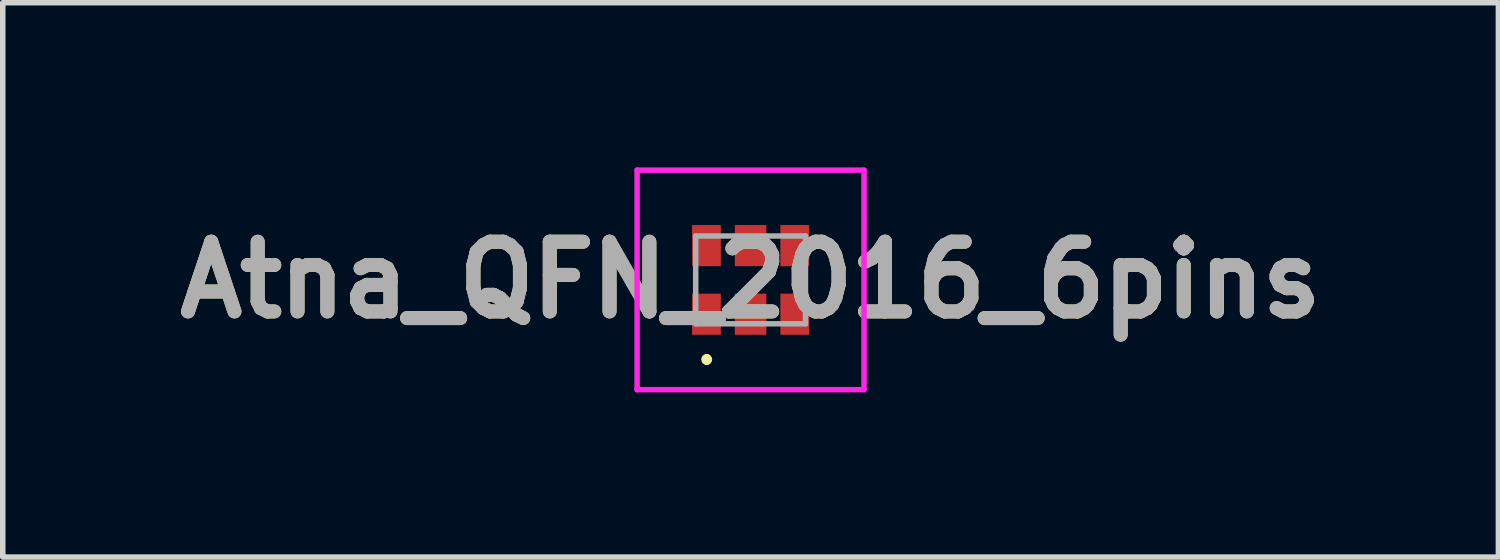
<source format=kicad_pcb>
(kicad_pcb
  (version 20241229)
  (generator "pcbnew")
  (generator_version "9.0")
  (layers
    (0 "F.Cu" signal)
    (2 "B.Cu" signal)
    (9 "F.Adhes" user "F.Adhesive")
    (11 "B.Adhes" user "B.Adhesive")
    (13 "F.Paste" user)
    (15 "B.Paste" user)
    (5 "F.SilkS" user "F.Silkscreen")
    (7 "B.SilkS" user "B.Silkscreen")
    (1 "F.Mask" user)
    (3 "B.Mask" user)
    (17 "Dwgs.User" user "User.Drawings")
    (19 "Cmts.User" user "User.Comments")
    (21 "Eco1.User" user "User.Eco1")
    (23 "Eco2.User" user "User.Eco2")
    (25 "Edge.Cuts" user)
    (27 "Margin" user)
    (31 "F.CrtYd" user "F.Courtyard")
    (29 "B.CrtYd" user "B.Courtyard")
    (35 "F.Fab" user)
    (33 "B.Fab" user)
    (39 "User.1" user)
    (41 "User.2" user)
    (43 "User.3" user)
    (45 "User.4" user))
  (footprint "Atna_QFN_2016_6pins"
    (layer "F.Cu")
    (at 10.626 2.05)
    (property "Reference" "Atna_QFN_2016_6pins" (at 0 0 0) (layer "F.SilkS") (effects (font (size 1.27 1.27) (thickness 0.254))))
    (attr smd)
    (fp_line (start -0.8 1.4) (end -0.8 1.4) (stroke (width 0.1) (type solid)) (layer "F.SilkS"))
    (fp_line (start -0.8 1.5) (end -0.8 1.5) (stroke (width 0.1) (type solid)) (layer "F.SilkS"))
    (fp_arc (start -0.8 1.4) (mid -0.75 1.45) (end -0.8 1.5) (stroke (width 0.1) (type solid)) (layer "F.SilkS"))
    (fp_arc (start -0.8 1.5) (mid -0.85 1.45) (end -0.8 1.4) (stroke (width 0.1) (type solid)) (layer "F.SilkS"))
    (fp_line (start -2.068 -2) (end 2.067 -2) (stroke (width 0.1) (type solid)) (layer "F.CrtYd"))
    (fp_line (start -2.068 2) (end -2.068 -2) (stroke (width 0.1) (type solid)) (layer "F.CrtYd"))
    (fp_line (start 2.067 -2) (end 2.067 2) (stroke (width 0.1) (type solid)) (layer "F.CrtYd"))
    (fp_line (start 2.067 2) (end -2.068 2) (stroke (width 0.1) (type solid)) (layer "F.CrtYd"))
    (fp_line (start -1 -0.8) (end 1 -0.8) (stroke (width 0.1) (type solid)) (layer "F.Fab"))
    (fp_line (start -1 0.8) (end -1 -0.8) (stroke (width 0.1) (type solid)) (layer "F.Fab"))
    (fp_line (start 1 -0.8) (end 1 0.8) (stroke (width 0.1) (type solid)) (layer "F.Fab"))
    (fp_line (start 1 0.8) (end -1 0.8) (stroke (width 0.1) (type solid)) (layer "F.Fab"))
    (fp_text user "${REFERENCE}" (at 0 0 0) (layer "F.Fab") (effects (font (size 1.27 1.27) (thickness 0.254))))
    (pad "1" smd rect (at -0.805 0.625) (size 0.525 0.75) (layers "F.Cu" "F.Mask" "F.Paste"))
    (pad "2" smd rect (at 0 0.625) (size 0.575 0.75) (layers "F.Cu" "F.Mask" "F.Paste"))
    (pad "3" smd rect (at 0.805 0.625) (size 0.525 0.75) (layers "F.Cu" "F.Mask" "F.Paste"))
    (pad "4" smd rect (at 0.805 -0.625) (size 0.525 0.75) (layers "F.Cu" "F.Mask" "F.Paste"))
    (pad "5" smd rect (at 0 -0.625) (size 0.575 0.75) (layers "F.Cu" "F.Mask" "F.Paste"))
    (pad "6" smd rect (at -0.805 -0.625) (size 0.525 0.75) (layers "F.Cu" "F.Mask" "F.Paste")))
  (gr_rect
    (start -3 -3)
    (end 24.251 7.1)
    (stroke (width 0.1) (type default))
    (fill no)
    (layer "Edge.Cuts")))
</source>
